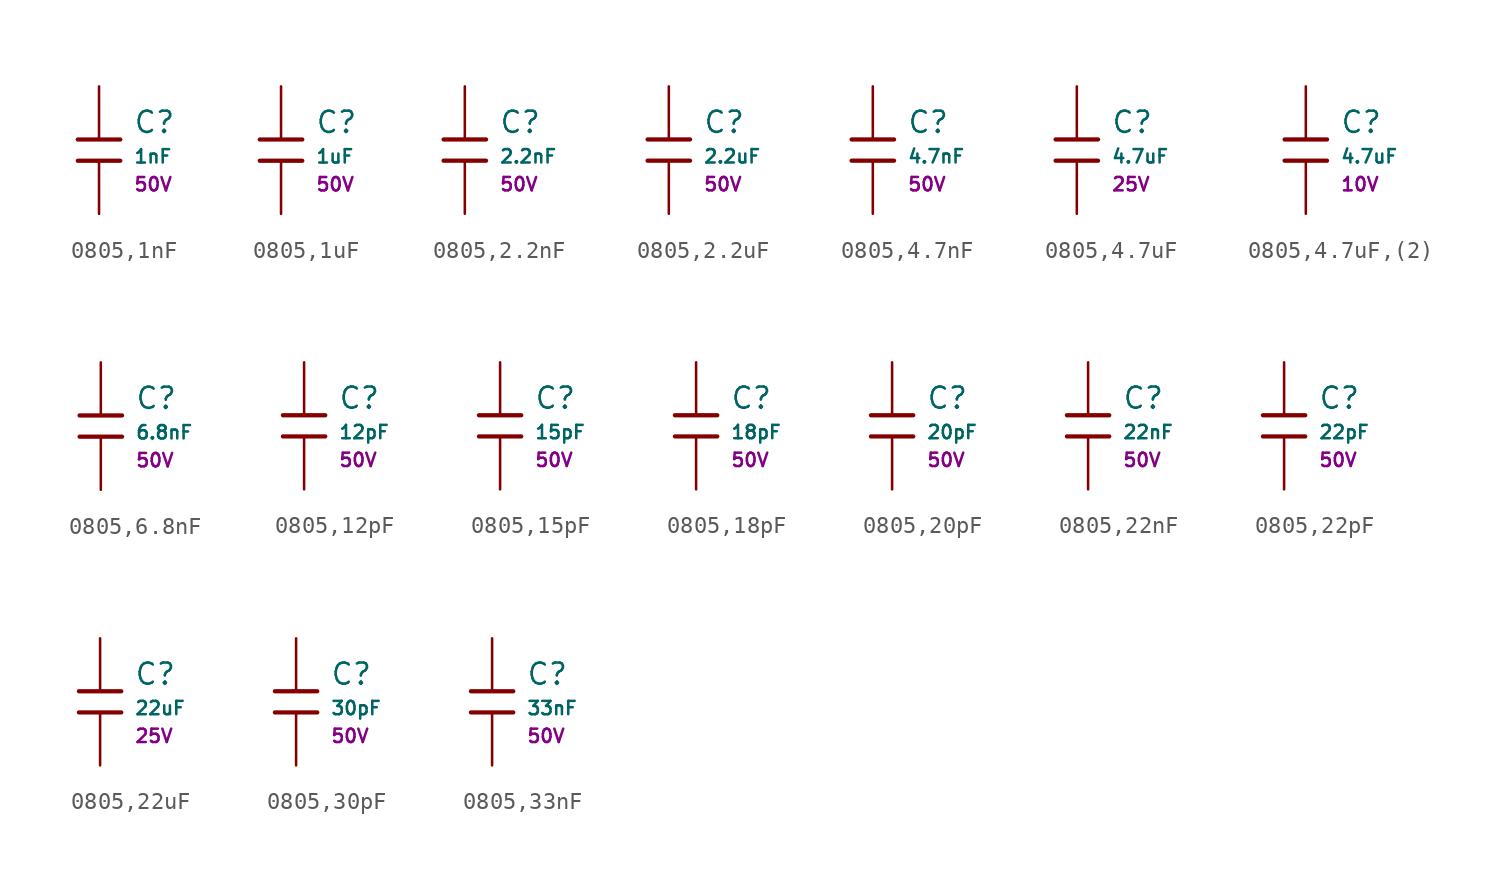
<source format=kicad_sym>
(kicad_symbol_lib
  (version 20231120)
  (generator "CDFER")
  (generator_version "8.0")
  (symbol "0805,1nF"
    (pin_numbers hide)
    (pin_names
      (offset 0))
    (property "Reference" "C"
      (at 2.032 1.668 0)
      (effects (font (size 1.27 1.27)) (justify left)))
    (property "Value" "1nF"
      (at 2.032 -0.378 0)
      (effects (font (size 0.8 0.8)) (justify left)))
    (property "Voltage Rated" "50V"
      (at 2.032 -2.046 0)
      (effects (font (size 0.8 0.8)) (justify left)))
    (symbol "0805,1nF_0_1"
      (polyline (pts (xy -1.27 0.635) (xy 1.27 0.635)) (stroke (width 0.254) (type default)) (fill (type none))))
    (symbol "0805,1nF_0_1"
      (polyline (pts (xy -1.27 -0.635) (xy 1.27 -0.635)) (stroke (width 0.254) (type default)) (fill (type none))))
    (symbol "0805,1nF_1_1"
      (pin passive line (at 0 3.81 270) (length 3.175) (name "~" (effects (font (size 1.27 1.27)))) (number "1" (effects (font (size 1.27 1.27)))))
      (pin passive line (at 0 -3.81 90) (length 3.175) (name "~" (effects (font (size 1.27 1.27)))) (number "2" (effects (font (size 1.27 1.27)))))))
  (symbol "0805,1uF"
    (pin_numbers hide)
    (pin_names
      (offset 0))
    (property "Reference" "C"
      (at 2.032 1.668 0)
      (effects (font (size 1.27 1.27)) (justify left)))
    (property "Value" "1uF"
      (at 2.032 -0.378 0)
      (effects (font (size 0.8 0.8)) (justify left)))
    (property "Voltage Rated" "50V"
      (at 2.032 -2.046 0)
      (effects (font (size 0.8 0.8)) (justify left)))
    (symbol "0805,1uF_0_1"
      (polyline (pts (xy -1.27 0.635) (xy 1.27 0.635)) (stroke (width 0.254) (type default)) (fill (type none))))
    (symbol "0805,1uF_0_1"
      (polyline (pts (xy -1.27 -0.635) (xy 1.27 -0.635)) (stroke (width 0.254) (type default)) (fill (type none))))
    (symbol "0805,1uF_1_1"
      (pin passive line (at 0 3.81 270) (length 3.175) (name "~" (effects (font (size 1.27 1.27)))) (number "1" (effects (font (size 1.27 1.27)))))
      (pin passive line (at 0 -3.81 90) (length 3.175) (name "~" (effects (font (size 1.27 1.27)))) (number "2" (effects (font (size 1.27 1.27)))))))
  (symbol "0805,2.2nF"
    (pin_numbers hide)
    (pin_names
      (offset 0))
    (property "Reference" "C"
      (at 2.032 1.668 0)
      (effects (font (size 1.27 1.27)) (justify left)))
    (property "Value" "2.2nF"
      (at 2.032 -0.378 0)
      (effects (font (size 0.8 0.8)) (justify left)))
    (property "Voltage Rated" "50V"
      (at 2.032 -2.046 0)
      (effects (font (size 0.8 0.8)) (justify left)))
    (symbol "0805,2.2nF_0_1"
      (polyline (pts (xy -1.27 0.635) (xy 1.27 0.635)) (stroke (width 0.254) (type default)) (fill (type none))))
    (symbol "0805,2.2nF_0_1"
      (polyline (pts (xy -1.27 -0.635) (xy 1.27 -0.635)) (stroke (width 0.254) (type default)) (fill (type none))))
    (symbol "0805,2.2nF_1_1"
      (pin passive line (at 0 3.81 270) (length 3.175) (name "~" (effects (font (size 1.27 1.27)))) (number "1" (effects (font (size 1.27 1.27)))))
      (pin passive line (at 0 -3.81 90) (length 3.175) (name "~" (effects (font (size 1.27 1.27)))) (number "2" (effects (font (size 1.27 1.27)))))))
  (symbol "0805,2.2uF"
    (pin_numbers hide)
    (pin_names
      (offset 0))
    (property "Reference" "C"
      (at 2.032 1.668 0)
      (effects (font (size 1.27 1.27)) (justify left)))
    (property "Value" "2.2uF"
      (at 2.032 -0.378 0)
      (effects (font (size 0.8 0.8)) (justify left)))
    (property "Voltage Rated" "50V"
      (at 2.032 -2.046 0)
      (effects (font (size 0.8 0.8)) (justify left)))
    (symbol "0805,2.2uF_0_1"
      (polyline (pts (xy -1.27 0.635) (xy 1.27 0.635)) (stroke (width 0.254) (type default)) (fill (type none))))
    (symbol "0805,2.2uF_0_1"
      (polyline (pts (xy -1.27 -0.635) (xy 1.27 -0.635)) (stroke (width 0.254) (type default)) (fill (type none))))
    (symbol "0805,2.2uF_1_1"
      (pin passive line (at 0 3.81 270) (length 3.175) (name "~" (effects (font (size 1.27 1.27)))) (number "1" (effects (font (size 1.27 1.27)))))
      (pin passive line (at 0 -3.81 90) (length 3.175) (name "~" (effects (font (size 1.27 1.27)))) (number "2" (effects (font (size 1.27 1.27)))))))
  (symbol "0805,4.7nF"
    (pin_numbers hide)
    (pin_names
      (offset 0))
    (property "Reference" "C"
      (at 2.032 1.668 0)
      (effects (font (size 1.27 1.27)) (justify left)))
    (property "Value" "4.7nF"
      (at 2.032 -0.378 0)
      (effects (font (size 0.8 0.8)) (justify left)))
    (property "Voltage Rated" "50V"
      (at 2.032 -2.046 0)
      (effects (font (size 0.8 0.8)) (justify left)))
    (symbol "0805,4.7nF_0_1"
      (polyline (pts (xy -1.27 0.635) (xy 1.27 0.635)) (stroke (width 0.254) (type default)) (fill (type none))))
    (symbol "0805,4.7nF_0_1"
      (polyline (pts (xy -1.27 -0.635) (xy 1.27 -0.635)) (stroke (width 0.254) (type default)) (fill (type none))))
    (symbol "0805,4.7nF_1_1"
      (pin passive line (at 0 3.81 270) (length 3.175) (name "~" (effects (font (size 1.27 1.27)))) (number "1" (effects (font (size 1.27 1.27)))))
      (pin passive line (at 0 -3.81 90) (length 3.175) (name "~" (effects (font (size 1.27 1.27)))) (number "2" (effects (font (size 1.27 1.27)))))))
  (symbol "0805,4.7uF"
    (pin_numbers hide)
    (pin_names
      (offset 0))
    (property "Reference" "C"
      (at 2.032 1.668 0)
      (effects (font (size 1.27 1.27)) (justify left)))
    (property "Value" "4.7uF"
      (at 2.032 -0.378 0)
      (effects (font (size 0.8 0.8)) (justify left)))
    (property "Voltage Rated" "25V"
      (at 2.032 -2.046 0)
      (effects (font (size 0.8 0.8)) (justify left)))
    (symbol "0805,4.7uF_0_1"
      (polyline (pts (xy -1.27 0.635) (xy 1.27 0.635)) (stroke (width 0.254) (type default)) (fill (type none))))
    (symbol "0805,4.7uF_0_1"
      (polyline (pts (xy -1.27 -0.635) (xy 1.27 -0.635)) (stroke (width 0.254) (type default)) (fill (type none))))
    (symbol "0805,4.7uF_1_1"
      (pin passive line (at 0 3.81 270) (length 3.175) (name "~" (effects (font (size 1.27 1.27)))) (number "1" (effects (font (size 1.27 1.27)))))
      (pin passive line (at 0 -3.81 90) (length 3.175) (name "~" (effects (font (size 1.27 1.27)))) (number "2" (effects (font (size 1.27 1.27)))))))
  (symbol "0805,4.7uF,(2)"
    (pin_numbers hide)
    (pin_names
      (offset 0))
    (property "Reference" "C"
      (at 2.032 1.668 0)
      (effects (font (size 1.27 1.27)) (justify left)))
    (property "Value" "4.7uF"
      (at 2.032 -0.378 0)
      (effects (font (size 0.8 0.8)) (justify left)))
    (property "Voltage Rated" "10V"
      (at 2.032 -2.046 0)
      (effects (font (size 0.8 0.8)) (justify left)))
    (symbol "0805,4.7uF,(2)_0_1"
      (polyline (pts (xy -1.27 0.635) (xy 1.27 0.635)) (stroke (width 0.254) (type default)) (fill (type none))))
    (symbol "0805,4.7uF,(2)_0_1"
      (polyline (pts (xy -1.27 -0.635) (xy 1.27 -0.635)) (stroke (width 0.254) (type default)) (fill (type none))))
    (symbol "0805,4.7uF,(2)_1_1"
      (pin passive line (at 0 3.81 270) (length 3.175) (name "~" (effects (font (size 1.27 1.27)))) (number "1" (effects (font (size 1.27 1.27)))))
      (pin passive line (at 0 -3.81 90) (length 3.175) (name "~" (effects (font (size 1.27 1.27)))) (number "2" (effects (font (size 1.27 1.27)))))))
  (symbol "0805,6.8nF"
    (pin_numbers hide)
    (pin_names
      (offset 0))
    (property "Reference" "C"
      (at 2.032 1.668 0)
      (effects (font (size 1.27 1.27)) (justify left)))
    (property "Value" "6.8nF"
      (at 2.032 -0.378 0)
      (effects (font (size 0.8 0.8)) (justify left)))
    (property "Voltage Rated" "50V"
      (at 2.032 -2.046 0)
      (effects (font (size 0.8 0.8)) (justify left)))
    (symbol "0805,6.8nF_0_1"
      (polyline (pts (xy -1.27 0.635) (xy 1.27 0.635)) (stroke (width 0.254) (type default)) (fill (type none))))
    (symbol "0805,6.8nF_0_1"
      (polyline (pts (xy -1.27 -0.635) (xy 1.27 -0.635)) (stroke (width 0.254) (type default)) (fill (type none))))
    (symbol "0805,6.8nF_1_1"
      (pin passive line (at 0 3.81 270) (length 3.175) (name "~" (effects (font (size 1.27 1.27)))) (number "1" (effects (font (size 1.27 1.27)))))
      (pin passive line (at 0 -3.81 90) (length 3.175) (name "~" (effects (font (size 1.27 1.27)))) (number "2" (effects (font (size 1.27 1.27)))))))
  (symbol "0805,12pF"
    (pin_numbers hide)
    (pin_names
      (offset 0))
    (property "Reference" "C"
      (at 2.032 1.668 0)
      (effects (font (size 1.27 1.27)) (justify left)))
    (property "Value" "12pF"
      (at 2.032 -0.378 0)
      (effects (font (size 0.8 0.8)) (justify left)))
    (property "Voltage Rated" "50V"
      (at 2.032 -2.046 0)
      (effects (font (size 0.8 0.8)) (justify left)))
    (symbol "0805,12pF_0_1"
      (polyline (pts (xy -1.27 0.635) (xy 1.27 0.635)) (stroke (width 0.254) (type default)) (fill (type none))))
    (symbol "0805,12pF_0_1"
      (polyline (pts (xy -1.27 -0.635) (xy 1.27 -0.635)) (stroke (width 0.254) (type default)) (fill (type none))))
    (symbol "0805,12pF_1_1"
      (pin passive line (at 0 3.81 270) (length 3.175) (name "~" (effects (font (size 1.27 1.27)))) (number "1" (effects (font (size 1.27 1.27)))))
      (pin passive line (at 0 -3.81 90) (length 3.175) (name "~" (effects (font (size 1.27 1.27)))) (number "2" (effects (font (size 1.27 1.27)))))))
  (symbol "0805,15pF"
    (pin_numbers hide)
    (pin_names
      (offset 0))
    (property "Reference" "C"
      (at 2.032 1.668 0)
      (effects (font (size 1.27 1.27)) (justify left)))
    (property "Value" "15pF"
      (at 2.032 -0.378 0)
      (effects (font (size 0.8 0.8)) (justify left)))
    (property "Voltage Rated" "50V"
      (at 2.032 -2.046 0)
      (effects (font (size 0.8 0.8)) (justify left)))
    (symbol "0805,15pF_0_1"
      (polyline (pts (xy -1.27 0.635) (xy 1.27 0.635)) (stroke (width 0.254) (type default)) (fill (type none))))
    (symbol "0805,15pF_0_1"
      (polyline (pts (xy -1.27 -0.635) (xy 1.27 -0.635)) (stroke (width 0.254) (type default)) (fill (type none))))
    (symbol "0805,15pF_1_1"
      (pin passive line (at 0 3.81 270) (length 3.175) (name "~" (effects (font (size 1.27 1.27)))) (number "1" (effects (font (size 1.27 1.27)))))
      (pin passive line (at 0 -3.81 90) (length 3.175) (name "~" (effects (font (size 1.27 1.27)))) (number "2" (effects (font (size 1.27 1.27)))))))
  (symbol "0805,18pF"
    (pin_numbers hide)
    (pin_names
      (offset 0))
    (property "Reference" "C"
      (at 2.032 1.668 0)
      (effects (font (size 1.27 1.27)) (justify left)))
    (property "Value" "18pF"
      (at 2.032 -0.378 0)
      (effects (font (size 0.8 0.8)) (justify left)))
    (property "Voltage Rated" "50V"
      (at 2.032 -2.046 0)
      (effects (font (size 0.8 0.8)) (justify left)))
    (symbol "0805,18pF_0_1"
      (polyline (pts (xy -1.27 0.635) (xy 1.27 0.635)) (stroke (width 0.254) (type default)) (fill (type none))))
    (symbol "0805,18pF_0_1"
      (polyline (pts (xy -1.27 -0.635) (xy 1.27 -0.635)) (stroke (width 0.254) (type default)) (fill (type none))))
    (symbol "0805,18pF_1_1"
      (pin passive line (at 0 3.81 270) (length 3.175) (name "~" (effects (font (size 1.27 1.27)))) (number "1" (effects (font (size 1.27 1.27)))))
      (pin passive line (at 0 -3.81 90) (length 3.175) (name "~" (effects (font (size 1.27 1.27)))) (number "2" (effects (font (size 1.27 1.27)))))))
  (symbol "0805,20pF"
    (pin_numbers hide)
    (pin_names
      (offset 0))
    (property "Reference" "C"
      (at 2.032 1.668 0)
      (effects (font (size 1.27 1.27)) (justify left)))
    (property "Value" "20pF"
      (at 2.032 -0.378 0)
      (effects (font (size 0.8 0.8)) (justify left)))
    (property "Voltage Rated" "50V"
      (at 2.032 -2.046 0)
      (effects (font (size 0.8 0.8)) (justify left)))
    (symbol "0805,20pF_0_1"
      (polyline (pts (xy -1.27 0.635) (xy 1.27 0.635)) (stroke (width 0.254) (type default)) (fill (type none))))
    (symbol "0805,20pF_0_1"
      (polyline (pts (xy -1.27 -0.635) (xy 1.27 -0.635)) (stroke (width 0.254) (type default)) (fill (type none))))
    (symbol "0805,20pF_1_1"
      (pin passive line (at 0 3.81 270) (length 3.175) (name "~" (effects (font (size 1.27 1.27)))) (number "1" (effects (font (size 1.27 1.27)))))
      (pin passive line (at 0 -3.81 90) (length 3.175) (name "~" (effects (font (size 1.27 1.27)))) (number "2" (effects (font (size 1.27 1.27)))))))
  (symbol "0805,22nF"
    (pin_numbers hide)
    (pin_names
      (offset 0))
    (property "Reference" "C"
      (at 2.032 1.668 0)
      (effects (font (size 1.27 1.27)) (justify left)))
    (property "Value" "22nF"
      (at 2.032 -0.378 0)
      (effects (font (size 0.8 0.8)) (justify left)))
    (property "Voltage Rated" "50V"
      (at 2.032 -2.046 0)
      (effects (font (size 0.8 0.8)) (justify left)))
    (symbol "0805,22nF_0_1"
      (polyline (pts (xy -1.27 0.635) (xy 1.27 0.635)) (stroke (width 0.254) (type default)) (fill (type none))))
    (symbol "0805,22nF_0_1"
      (polyline (pts (xy -1.27 -0.635) (xy 1.27 -0.635)) (stroke (width 0.254) (type default)) (fill (type none))))
    (symbol "0805,22nF_1_1"
      (pin passive line (at 0 3.81 270) (length 3.175) (name "~" (effects (font (size 1.27 1.27)))) (number "1" (effects (font (size 1.27 1.27)))))
      (pin passive line (at 0 -3.81 90) (length 3.175) (name "~" (effects (font (size 1.27 1.27)))) (number "2" (effects (font (size 1.27 1.27)))))))
  (symbol "0805,22pF"
    (pin_numbers hide)
    (pin_names
      (offset 0))
    (property "Reference" "C"
      (at 2.032 1.668 0)
      (effects (font (size 1.27 1.27)) (justify left)))
    (property "Value" "22pF"
      (at 2.032 -0.378 0)
      (effects (font (size 0.8 0.8)) (justify left)))
    (property "Voltage Rated" "50V"
      (at 2.032 -2.046 0)
      (effects (font (size 0.8 0.8)) (justify left)))
    (symbol "0805,22pF_0_1"
      (polyline (pts (xy -1.27 0.635) (xy 1.27 0.635)) (stroke (width 0.254) (type default)) (fill (type none))))
    (symbol "0805,22pF_0_1"
      (polyline (pts (xy -1.27 -0.635) (xy 1.27 -0.635)) (stroke (width 0.254) (type default)) (fill (type none))))
    (symbol "0805,22pF_1_1"
      (pin passive line (at 0 3.81 270) (length 3.175) (name "~" (effects (font (size 1.27 1.27)))) (number "1" (effects (font (size 1.27 1.27)))))
      (pin passive line (at 0 -3.81 90) (length 3.175) (name "~" (effects (font (size 1.27 1.27)))) (number "2" (effects (font (size 1.27 1.27)))))))
  (symbol "0805,22uF"
    (pin_numbers hide)
    (pin_names
      (offset 0))
    (property "Reference" "C"
      (at 2.032 1.668 0)
      (effects (font (size 1.27 1.27)) (justify left)))
    (property "Value" "22uF"
      (at 2.032 -0.378 0)
      (effects (font (size 0.8 0.8)) (justify left)))
    (property "Voltage Rated" "25V"
      (at 2.032 -2.046 0)
      (effects (font (size 0.8 0.8)) (justify left)))
    (symbol "0805,22uF_0_1"
      (polyline (pts (xy -1.27 0.635) (xy 1.27 0.635)) (stroke (width 0.254) (type default)) (fill (type none))))
    (symbol "0805,22uF_0_1"
      (polyline (pts (xy -1.27 -0.635) (xy 1.27 -0.635)) (stroke (width 0.254) (type default)) (fill (type none))))
    (symbol "0805,22uF_1_1"
      (pin passive line (at 0 3.81 270) (length 3.175) (name "~" (effects (font (size 1.27 1.27)))) (number "1" (effects (font (size 1.27 1.27)))))
      (pin passive line (at 0 -3.81 90) (length 3.175) (name "~" (effects (font (size 1.27 1.27)))) (number "2" (effects (font (size 1.27 1.27)))))))
  (symbol "0805,30pF"
    (pin_numbers hide)
    (pin_names
      (offset 0))
    (property "Reference" "C"
      (at 2.032 1.668 0)
      (effects (font (size 1.27 1.27)) (justify left)))
    (property "Value" "30pF"
      (at 2.032 -0.378 0)
      (effects (font (size 0.8 0.8)) (justify left)))
    (property "Voltage Rated" "50V"
      (at 2.032 -2.046 0)
      (effects (font (size 0.8 0.8)) (justify left)))
    (symbol "0805,30pF_0_1"
      (polyline (pts (xy -1.27 0.635) (xy 1.27 0.635)) (stroke (width 0.254) (type default)) (fill (type none))))
    (symbol "0805,30pF_0_1"
      (polyline (pts (xy -1.27 -0.635) (xy 1.27 -0.635)) (stroke (width 0.254) (type default)) (fill (type none))))
    (symbol "0805,30pF_1_1"
      (pin passive line (at 0 3.81 270) (length 3.175) (name "~" (effects (font (size 1.27 1.27)))) (number "1" (effects (font (size 1.27 1.27)))))
      (pin passive line (at 0 -3.81 90) (length 3.175) (name "~" (effects (font (size 1.27 1.27)))) (number "2" (effects (font (size 1.27 1.27)))))))
  (symbol "0805,33nF"
    (pin_numbers hide)
    (pin_names
      (offset 0))
    (property "Reference" "C"
      (at 2.032 1.668 0)
      (effects (font (size 1.27 1.27)) (justify left)))
    (property "Value" "33nF"
      (at 2.032 -0.378 0)
      (effects (font (size 0.8 0.8)) (justify left)))
    (property "Voltage Rated" "50V"
      (at 2.032 -2.046 0)
      (effects (font (size 0.8 0.8)) (justify left)))
    (symbol "0805,33nF_0_1"
      (polyline (pts (xy -1.27 0.635) (xy 1.27 0.635)) (stroke (width 0.254) (type default)) (fill (type none))))
    (symbol "0805,33nF_0_1"
      (polyline (pts (xy -1.27 -0.635) (xy 1.27 -0.635)) (stroke (width 0.254) (type default)) (fill (type none))))
    (symbol "0805,33nF_1_1"
      (pin passive line (at 0 3.81 270) (length 3.175) (name "~" (effects (font (size 1.27 1.27)))) (number "1" (effects (font (size 1.27 1.27)))))
      (pin passive line (at 0 -3.81 90) (length 3.175) (name "~" (effects (font (size 1.27 1.27)))) (number "2" (effects (font (size 1.27 1.27))))))))
</source>
